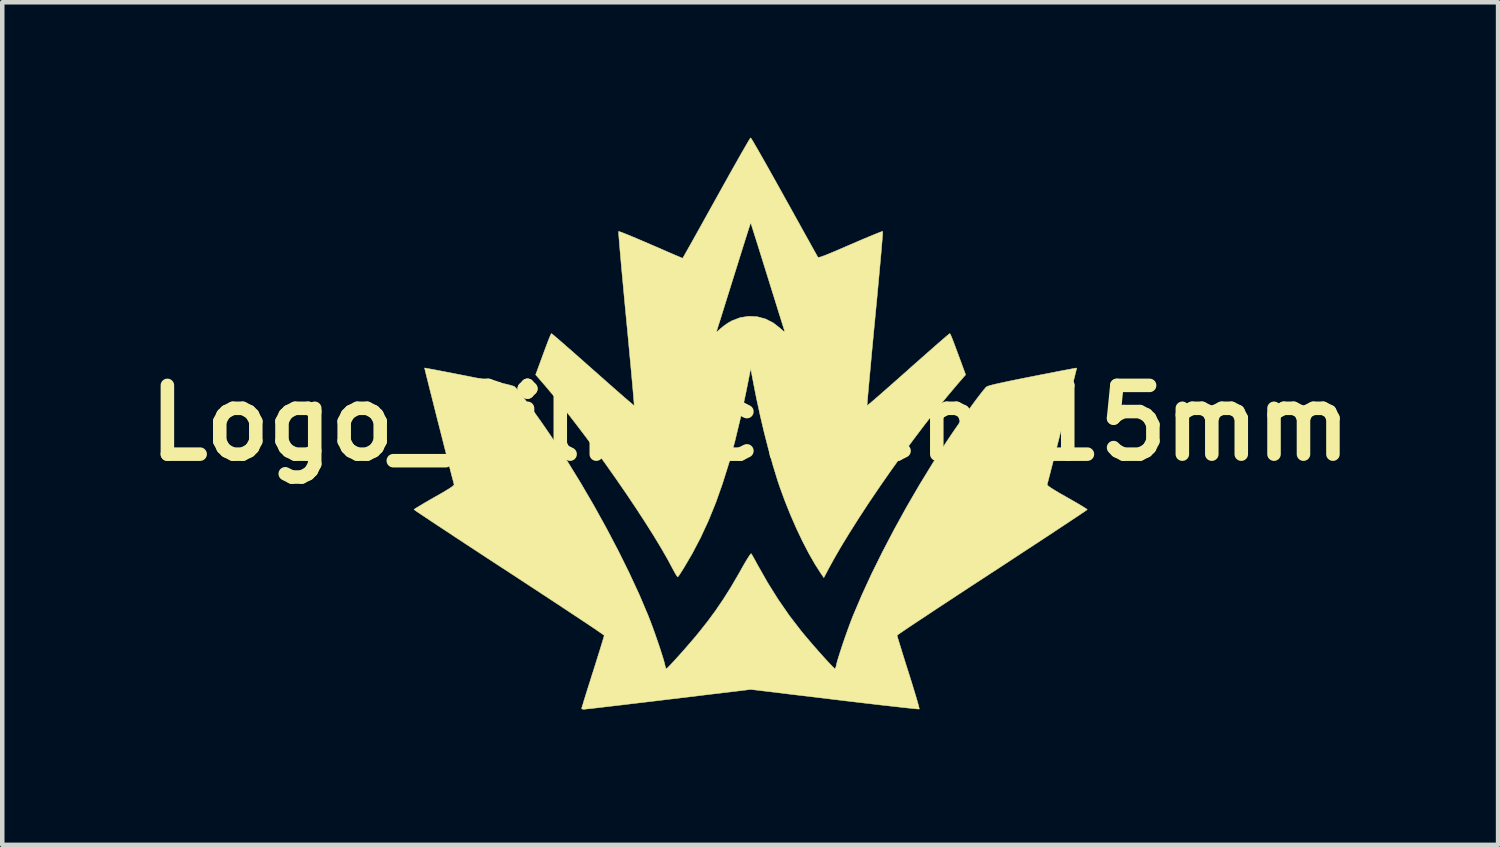
<source format=kicad_pcb>
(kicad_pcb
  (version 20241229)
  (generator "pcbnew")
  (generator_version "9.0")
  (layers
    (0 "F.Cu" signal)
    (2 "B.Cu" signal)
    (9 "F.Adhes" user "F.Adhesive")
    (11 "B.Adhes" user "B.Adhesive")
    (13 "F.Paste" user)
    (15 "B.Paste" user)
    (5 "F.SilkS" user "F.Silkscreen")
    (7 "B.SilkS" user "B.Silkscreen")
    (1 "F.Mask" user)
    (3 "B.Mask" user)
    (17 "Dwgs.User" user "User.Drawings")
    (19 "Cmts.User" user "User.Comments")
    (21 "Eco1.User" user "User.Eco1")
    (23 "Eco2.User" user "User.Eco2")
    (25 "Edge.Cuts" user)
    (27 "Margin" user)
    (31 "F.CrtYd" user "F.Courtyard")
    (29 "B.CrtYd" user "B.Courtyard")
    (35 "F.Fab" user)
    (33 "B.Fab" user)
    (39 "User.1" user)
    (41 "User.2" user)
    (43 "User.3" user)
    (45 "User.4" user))
  (footprint "Logo_SilkScreen_15mm"
    (layer "F.Cu")
    (at 13.578 6.327)
    (property "Reference" "Logo_SilkScreen_15mm" (at 0 0 0) (layer "F.SilkS") (effects (font (size 1.524 1.524) (thickness 0.3))))
    (attr through_hole)
    (fp_poly (pts (xy 0.024 -6.305) (xy 0.056 -6.253) (xy 0.104 -6.171) (xy 0.168 -6.061) (xy 0.245 -5.926) (xy 0.335 -5.768) (xy 0.434 -5.592) (xy 0.542 -5.399) (xy 0.657 -5.193) (xy 0.757 -5.013) (xy 0.877 -4.798) (xy 0.991 -4.592) (xy 1.098 -4.4) (xy 1.195 -4.224) (xy 1.283 -4.067) (xy 1.357 -3.933) (xy 1.418 -3.823) (xy 1.464 -3.742) (xy 1.492 -3.692) (xy 1.501 -3.676) (xy 1.513 -3.672) (xy 1.543 -3.677) (xy 1.592 -3.692) (xy 1.665 -3.719) (xy 1.763 -3.759) (xy 1.891 -3.812) (xy 2.051 -3.881) (xy 2.222 -3.955) (xy 2.382 -4.024) (xy 2.53 -4.087) (xy 2.662 -4.142) (xy 2.773 -4.188) (xy 2.859 -4.222) (xy 2.915 -4.243) (xy 2.938 -4.248) (xy 2.938 -4.248) (xy 2.938 -4.226) (xy 2.934 -4.165) (xy 2.927 -4.069) (xy 2.916 -3.939) (xy 2.903 -3.78) (xy 2.886 -3.594) (xy 2.867 -3.384) (xy 2.846 -3.153) (xy 2.823 -2.903) (xy 2.798 -2.638) (xy 2.771 -2.361) (xy 2.767 -2.315) (xy 2.74 -2.036) (xy 2.715 -1.769) (xy 2.691 -1.518) (xy 2.67 -1.283) (xy 2.65 -1.07) (xy 2.633 -0.88) (xy 2.618 -0.717) (xy 2.606 -0.583) (xy 2.598 -0.481) (xy 2.593 -0.415) (xy 2.591 -0.387) (xy 2.592 -0.386) (xy 2.608 -0.398) (xy 2.653 -0.435) (xy 2.724 -0.495) (xy 2.818 -0.576) (xy 2.931 -0.675) (xy 3.062 -0.79) (xy 3.207 -0.918) (xy 3.364 -1.057) (xy 3.503 -1.18) (xy 3.668 -1.327) (xy 3.824 -1.464) (xy 3.968 -1.591) (xy 4.097 -1.705) (xy 4.209 -1.802) (xy 4.3 -1.881) (xy 4.368 -1.939) (xy 4.41 -1.973) (xy 4.423 -1.983) (xy 4.43 -1.978) (xy 4.44 -1.962) (xy 4.454 -1.93) (xy 4.475 -1.88) (xy 4.503 -1.808) (xy 4.54 -1.71) (xy 4.587 -1.584) (xy 4.646 -1.425) (xy 4.714 -1.24) (xy 4.776 -1.071) (xy 4.598 -0.866) (xy 4.369 -0.594) (xy 4.128 -0.297) (xy 3.879 0.021) (xy 3.626 0.355) (xy 3.372 0.701) (xy 3.121 1.052) (xy 2.874 1.406) (xy 2.637 1.756) (xy 2.413 2.098) (xy 2.204 2.428) (xy 2.014 2.739) (xy 1.847 3.029) (xy 1.746 3.213) (xy 1.633 3.427) (xy 1.564 3.327) (xy 1.433 3.122) (xy 1.297 2.883) (xy 1.159 2.617) (xy 1.023 2.331) (xy 0.893 2.033) (xy 0.771 1.729) (xy 0.66 1.426) (xy 0.605 1.263) (xy 0.507 0.942) (xy 0.408 0.589) (xy 0.312 0.215) (xy 0.221 -0.171) (xy 0.137 -0.559) (xy 0.072 -0.89) (xy 0.012 -1.206) (xy -0.095 -0.671) (xy -0.214 -0.114) (xy -0.339 0.406) (xy -0.471 0.89) (xy -0.613 1.342) (xy -0.763 1.766) (xy -0.925 2.164) (xy -1.099 2.54) (xy -1.286 2.896) (xy -1.469 3.208) (xy -1.519 3.287) (xy -1.561 3.353) (xy -1.591 3.396) (xy -1.603 3.41) (xy -1.619 3.397) (xy -1.648 3.354) (xy -1.685 3.289) (xy -1.707 3.248) (xy -1.828 3.022) (xy -1.974 2.768) (xy -2.141 2.492) (xy -2.327 2.198) (xy -2.529 1.888) (xy -2.743 1.569) (xy -2.967 1.244) (xy -3.198 0.916) (xy -3.432 0.592) (xy -3.668 0.274) (xy -3.901 -0.032) (xy -4.129 -0.324) (xy -4.349 -0.596) (xy -4.558 -0.844) (xy -4.577 -0.866) (xy -4.755 -1.071) (xy -4.693 -1.24) (xy -4.622 -1.433) (xy -4.564 -1.591) (xy -4.517 -1.716) (xy -4.481 -1.812) (xy -4.453 -1.883) (xy -4.432 -1.932) (xy -4.418 -1.963) (xy -4.409 -1.979) (xy -4.403 -1.983) (xy -4.384 -1.969) (xy -4.338 -1.93) (xy -4.266 -1.869) (xy -4.171 -1.787) (xy -4.056 -1.686) (xy -3.924 -1.571) (xy -3.778 -1.442) (xy -3.62 -1.302) (xy -3.482 -1.18) (xy -3.317 -1.034) (xy -3.162 -0.897) (xy -3.019 -0.771) (xy -2.891 -0.659) (xy -2.78 -0.562) (xy -2.69 -0.485) (xy -2.623 -0.428) (xy -2.582 -0.395) (xy -2.57 -0.386) (xy -2.571 -0.408) (xy -2.576 -0.468) (xy -2.584 -0.564) (xy -2.595 -0.693) (xy -2.609 -0.851) (xy -2.626 -1.037) (xy -2.645 -1.247) (xy -2.667 -1.478) (xy -2.69 -1.727) (xy -2.715 -1.991) (xy -2.718 -2.025) (xy -0.748 -2.025) (xy -0.74 -2.023) (xy -0.71 -2.046) (xy -0.662 -2.088) (xy -0.656 -2.094) (xy -0.582 -2.155) (xy -0.491 -2.218) (xy -0.407 -2.266) (xy -0.221 -2.337) (xy -0.032 -2.367) (xy 0.156 -2.357) (xy 0.339 -2.308) (xy 0.511 -2.221) (xy 0.661 -2.104) (xy 0.715 -2.056) (xy 0.753 -2.027) (xy 0.769 -2.021) (xy 0.768 -2.024) (xy 0.76 -2.05) (xy 0.741 -2.111) (xy 0.711 -2.205) (xy 0.673 -2.328) (xy 0.626 -2.477) (xy 0.573 -2.648) (xy 0.514 -2.837) (xy 0.45 -3.041) (xy 0.387 -3.245) (xy 0.32 -3.459) (xy 0.257 -3.661) (xy 0.199 -3.847) (xy 0.147 -4.014) (xy 0.101 -4.158) (xy 0.064 -4.276) (xy 0.036 -4.365) (xy 0.018 -4.42) (xy 0.012 -4.44) (xy 0.005 -4.421) (xy -0.013 -4.366) (xy -0.041 -4.278) (xy -0.078 -4.161) (xy -0.124 -4.017) (xy -0.176 -3.851) (xy -0.234 -3.665) (xy -0.297 -3.463) (xy -0.364 -3.25) (xy -0.431 -3.035) (xy -0.495 -2.831) (xy -0.554 -2.642) (xy -0.607 -2.472) (xy -0.653 -2.324) (xy -0.692 -2.202) (xy -0.721 -2.109) (xy -0.74 -2.049) (xy -0.748 -2.025) (xy -2.718 -2.025) (xy -2.742 -2.268) (xy -2.746 -2.315) (xy -2.773 -2.594) (xy -2.798 -2.861) (xy -2.821 -3.113) (xy -2.843 -3.348) (xy -2.862 -3.561) (xy -2.879 -3.752) (xy -2.893 -3.915) (xy -2.904 -4.05) (xy -2.912 -4.152) (xy -2.917 -4.219) (xy -2.917 -4.248) (xy -2.917 -4.248) (xy -2.896 -4.243) (xy -2.84 -4.223) (xy -2.756 -4.19) (xy -2.645 -4.145) (xy -2.515 -4.09) (xy -2.367 -4.027) (xy -2.207 -3.958) (xy -2.204 -3.957) (xy -2.044 -3.888) (xy -1.897 -3.824) (xy -1.766 -3.767) (xy -1.657 -3.72) (xy -1.572 -3.684) (xy -1.518 -3.661) (xy -1.497 -3.652) (xy -1.497 -3.652) (xy -1.486 -3.67) (xy -1.456 -3.722) (xy -1.41 -3.804) (xy -1.348 -3.914) (xy -1.272 -4.049) (xy -1.184 -4.207) (xy -1.085 -4.384) (xy -0.978 -4.577) (xy -0.863 -4.784) (xy -0.75 -4.987) (xy -0.629 -5.205) (xy -0.514 -5.411) (xy -0.406 -5.604) (xy -0.307 -5.779) (xy -0.219 -5.935) (xy -0.142 -6.069) (xy -0.079 -6.178) (xy -0.032 -6.258) (xy -0.001 -6.307) (xy 0.01 -6.322) (xy 0.024 -6.305)) (stroke (width 0.01) (type solid)) (fill yes) (layer "F.SilkS"))
    (fp_poly (pts (xy -7.196 -1.218) (xy -7.138 -1.207) (xy -7.047 -1.191) (xy -6.927 -1.168) (xy -6.782 -1.14) (xy -6.617 -1.108) (xy -6.434 -1.072) (xy -6.238 -1.034) (xy -6.235 -1.033) (xy -5.993 -0.985) (xy -5.79 -0.944) (xy -5.622 -0.909) (xy -5.487 -0.88) (xy -5.383 -0.856) (xy -5.306 -0.836) (xy -5.253 -0.82) (xy -5.223 -0.807) (xy -5.215 -0.801) (xy -5.178 -0.761) (xy -5.12 -0.691) (xy -5.046 -0.595) (xy -4.959 -0.479) (xy -4.861 -0.346) (xy -4.757 -0.201) (xy -4.649 -0.049) (xy -4.542 0.105) (xy -4.438 0.257) (xy -4.372 0.355) (xy -4.062 0.832) (xy -3.759 1.325) (xy -3.465 1.828) (xy -3.185 2.334) (xy -2.921 2.837) (xy -2.677 3.33) (xy -2.456 3.808) (xy -2.265 4.258) (xy -2.217 4.381) (xy -2.164 4.521) (xy -2.11 4.672) (xy -2.057 4.825) (xy -2.006 4.974) (xy -1.962 5.111) (xy -1.925 5.229) (xy -1.899 5.322) (xy -1.888 5.37) (xy -1.876 5.42) (xy -1.862 5.446) (xy -1.859 5.447) (xy -1.839 5.432) (xy -1.796 5.39) (xy -1.735 5.325) (xy -1.658 5.242) (xy -1.572 5.147) (xy -1.478 5.042) (xy -1.383 4.933) (xy -1.29 4.825) (xy -1.203 4.723) (xy -1.14 4.646) (xy -0.945 4.4) (xy -0.766 4.157) (xy -0.596 3.907) (xy -0.428 3.641) (xy -0.257 3.349) (xy -0.178 3.208) (xy -0.118 3.103) (xy -0.065 3.015) (xy -0.022 2.947) (xy 0.008 2.905) (xy 0.022 2.894) (xy 0.038 2.919) (xy 0.069 2.972) (xy 0.11 3.046) (xy 0.156 3.131) (xy 0.387 3.538) (xy 0.622 3.913) (xy 0.866 4.266) (xy 1.126 4.604) (xy 1.159 4.644) (xy 1.238 4.739) (xy 1.327 4.844) (xy 1.421 4.953) (xy 1.516 5.061) (xy 1.609 5.165) (xy 1.694 5.259) (xy 1.768 5.338) (xy 1.826 5.399) (xy 1.866 5.437) (xy 1.88 5.447) (xy 1.893 5.429) (xy 1.906 5.384) (xy 1.909 5.37) (xy 1.925 5.302) (xy 1.954 5.203) (xy 1.993 5.08) (xy 2.039 4.939) (xy 2.09 4.788) (xy 2.144 4.635) (xy 2.198 4.486) (xy 2.25 4.349) (xy 2.286 4.258) (xy 2.476 3.811) (xy 2.692 3.342) (xy 2.932 2.857) (xy 3.191 2.362) (xy 3.466 1.863) (xy 3.754 1.368) (xy 4.051 0.883) (xy 4.354 0.413) (xy 4.391 0.358) (xy 4.491 0.209) (xy 4.597 0.056) (xy 4.704 -0.098) (xy 4.811 -0.248) (xy 4.914 -0.389) (xy 5.008 -0.517) (xy 5.092 -0.627) (xy 5.161 -0.715) (xy 5.212 -0.776) (xy 5.235 -0.801) (xy 5.257 -0.812) (xy 5.302 -0.828) (xy 5.372 -0.847) (xy 5.469 -0.87) (xy 5.597 -0.898) (xy 5.757 -0.932) (xy 5.953 -0.972) (xy 6.187 -1.019) (xy 6.255 -1.032) (xy 6.451 -1.071) (xy 6.634 -1.106) (xy 6.8 -1.139) (xy 6.945 -1.167) (xy 7.066 -1.189) (xy 7.157 -1.207) (xy 7.216 -1.217) (xy 7.238 -1.22) (xy 7.238 -1.22) (xy 7.234 -1.2) (xy 7.22 -1.144) (xy 7.198 -1.055) (xy 7.169 -0.939) (xy 7.134 -0.798) (xy 7.094 -0.638) (xy 7.05 -0.462) (xy 7.002 -0.275) (xy 6.953 -0.08) (xy 6.903 0.117) (xy 6.853 0.314) (xy 6.804 0.506) (xy 6.757 0.688) (xy 6.714 0.858) (xy 6.675 1.009) (xy 6.642 1.139) (xy 6.615 1.243) (xy 6.595 1.318) (xy 6.584 1.358) (xy 6.583 1.359) (xy 6.588 1.375) (xy 6.613 1.399) (xy 6.661 1.434) (xy 6.736 1.481) (xy 6.839 1.543) (xy 6.976 1.621) (xy 7.022 1.647) (xy 7.146 1.718) (xy 7.257 1.782) (xy 7.349 1.837) (xy 7.419 1.88) (xy 7.461 1.908) (xy 7.472 1.918) (xy 7.455 1.931) (xy 7.405 1.966) (xy 7.324 2.02) (xy 7.215 2.093) (xy 7.079 2.183) (xy 6.919 2.289) (xy 6.737 2.41) (xy 6.534 2.543) (xy 6.314 2.688) (xy 6.078 2.842) (xy 5.829 3.006) (xy 5.568 3.177) (xy 5.364 3.31) (xy 5.096 3.485) (xy 4.837 3.654) (xy 4.591 3.816) (xy 4.358 3.969) (xy 4.142 4.111) (xy 3.945 4.242) (xy 3.768 4.359) (xy 3.613 4.462) (xy 3.484 4.548) (xy 3.381 4.618) (xy 3.308 4.668) (xy 3.266 4.698) (xy 3.256 4.706) (xy 3.262 4.73) (xy 3.279 4.79) (xy 3.307 4.88) (xy 3.343 4.997) (xy 3.386 5.136) (xy 3.435 5.294) (xy 3.489 5.465) (xy 3.509 5.526) (xy 3.564 5.701) (xy 3.614 5.863) (xy 3.658 6.008) (xy 3.695 6.132) (xy 3.723 6.231) (xy 3.741 6.3) (xy 3.749 6.336) (xy 3.748 6.339) (xy 3.726 6.339) (xy 3.665 6.334) (xy 3.569 6.324) (xy 3.44 6.311) (xy 3.282 6.293) (xy 3.097 6.272) (xy 2.888 6.249) (xy 2.658 6.222) (xy 2.411 6.193) (xy 2.149 6.162) (xy 1.874 6.129) (xy 1.873 6.129) (xy 0.01 5.905) (xy -1.814 6.125) (xy -2.086 6.158) (xy -2.347 6.189) (xy -2.594 6.218) (xy -2.823 6.246) (xy -3.032 6.27) (xy -3.218 6.292) (xy -3.377 6.311) (xy -3.507 6.326) (xy -3.604 6.336) (xy -3.665 6.343) (xy -3.687 6.345) (xy -3.725 6.339) (xy -3.736 6.327) (xy -3.73 6.304) (xy -3.712 6.246) (xy -3.685 6.156) (xy -3.649 6.04) (xy -3.606 5.901) (xy -3.556 5.745) (xy -3.503 5.574) (xy -3.485 5.52) (xy -3.43 5.346) (xy -3.38 5.185) (xy -3.334 5.039) (xy -3.296 4.915) (xy -3.266 4.816) (xy -3.245 4.747) (xy -3.236 4.711) (xy -3.235 4.708) (xy -3.252 4.694) (xy -3.302 4.659) (xy -3.383 4.603) (xy -3.492 4.529) (xy -3.628 4.438) (xy -3.788 4.332) (xy -3.971 4.211) (xy -4.173 4.077) (xy -4.393 3.932) (xy -4.629 3.777) (xy -4.879 3.613) (xy -5.14 3.442) (xy -5.343 3.309) (xy -5.612 3.134) (xy -5.87 2.965) (xy -6.117 2.803) (xy -6.349 2.651) (xy -6.565 2.509) (xy -6.762 2.378) (xy -6.939 2.262) (xy -7.094 2.159) (xy -7.223 2.073) (xy -7.326 2.004) (xy -7.399 1.955) (xy -7.441 1.925) (xy -7.451 1.917) (xy -7.434 1.903) (xy -7.385 1.872) (xy -7.309 1.826) (xy -7.212 1.768) (xy -7.098 1.702) (xy -7.002 1.647) (xy -6.855 1.564) (xy -6.742 1.497) (xy -6.659 1.446) (xy -6.604 1.408) (xy -6.573 1.381) (xy -6.562 1.363) (xy -6.563 1.359) (xy -6.573 1.322) (xy -6.592 1.25) (xy -6.619 1.148) (xy -6.652 1.02) (xy -6.69 0.869) (xy -6.733 0.701) (xy -6.78 0.52) (xy -6.828 0.328) (xy -6.878 0.132) (xy -6.929 -0.066) (xy -6.978 -0.261) (xy -7.025 -0.449) (xy -7.07 -0.626) (xy -7.111 -0.787) (xy -7.146 -0.929) (xy -7.176 -1.048) (xy -7.198 -1.139) (xy -7.212 -1.198) (xy -7.217 -1.221) (xy -7.217 -1.221) (xy -7.196 -1.218)) (stroke (width 0.01) (type solid)) (fill yes) (layer "F.SilkS")))
  (gr_rect
    (start -3 -3)
    (end 30.156 15.677)
    (stroke (width 0.1) (type default))
    (fill no)
    (layer "Edge.Cuts")))
</source>
